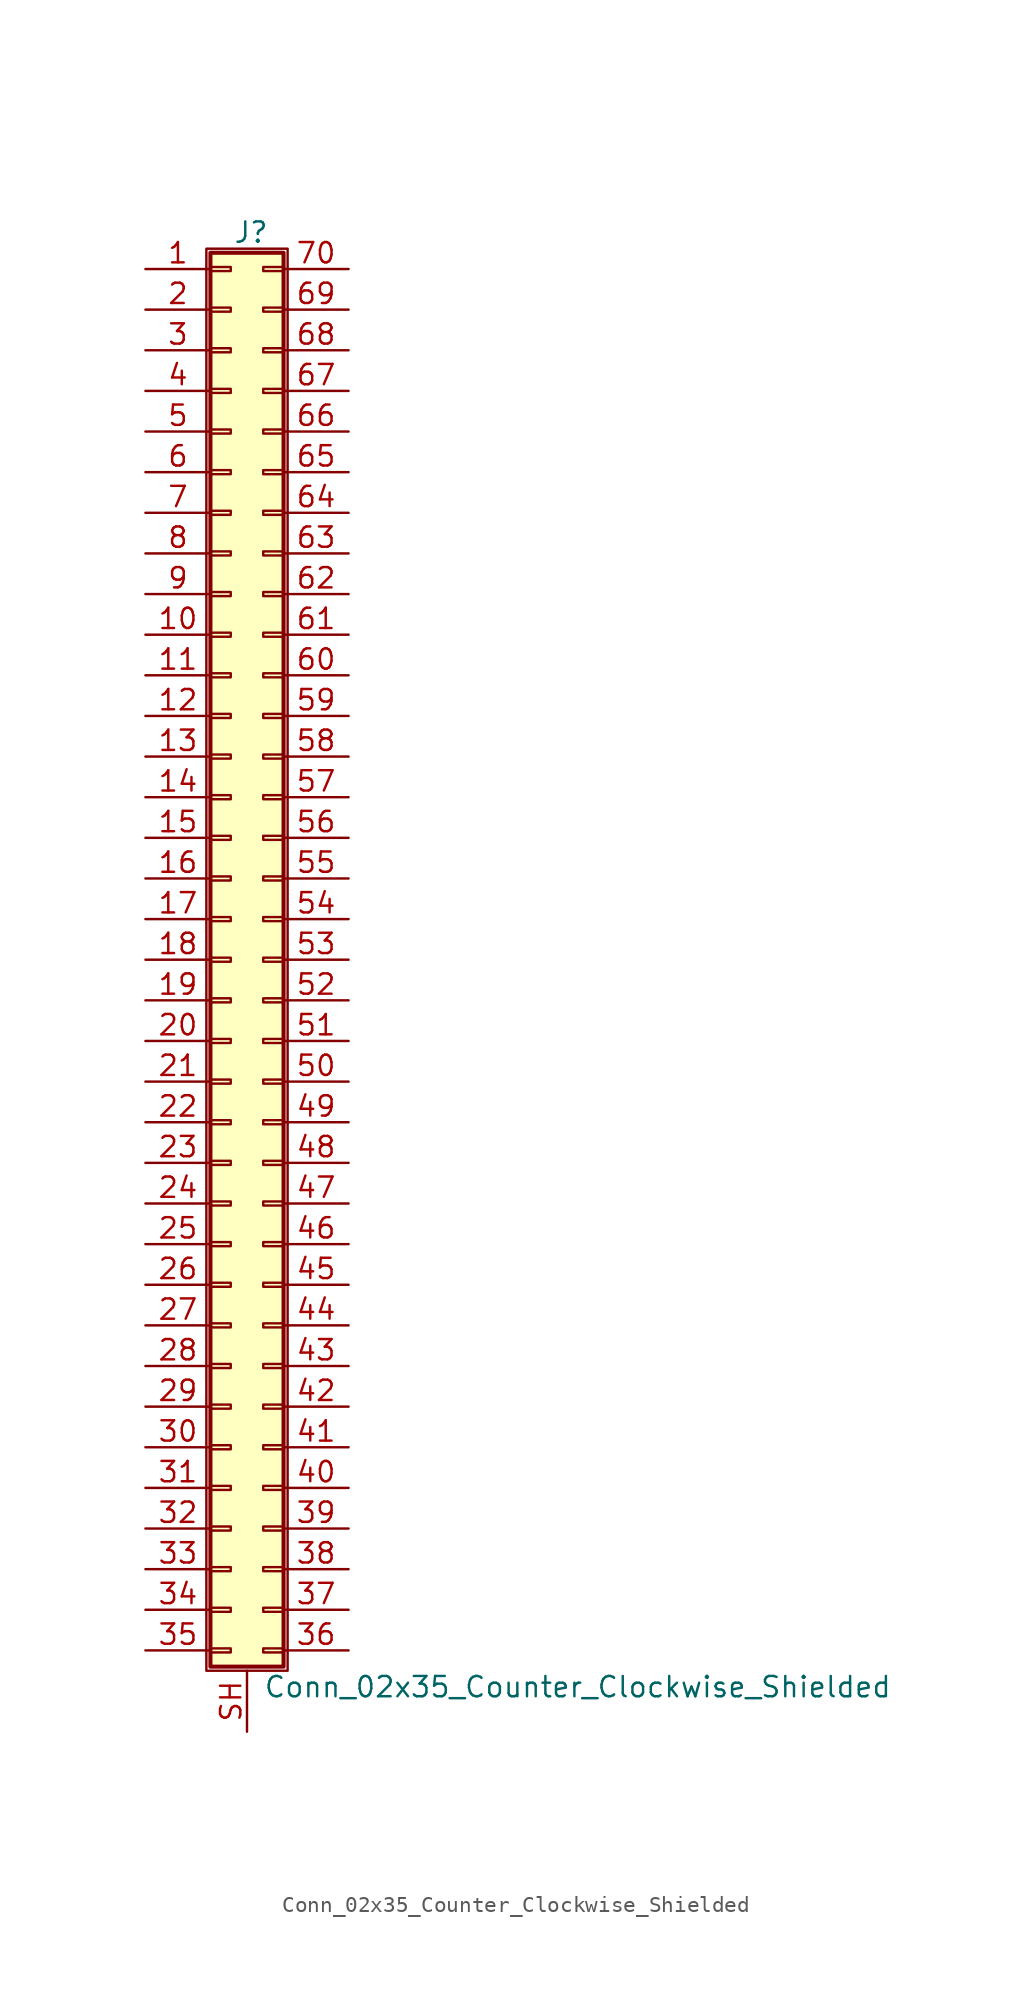
<source format=kicad_sym>
(kicad_symbol_lib
  (version 20220914)
  (generator kicad_symbol_editor)
  (symbol "Conn_02x35_Counter_Clockwise_Shielded"
    (pin_names
      (offset 1.016) hide)
    (property "Reference" "J"
      (at 1.524 45.466 0)
      (effects (font (size 1.27 1.27))))
    (property "Value" "Conn_02x35_Counter_Clockwise_Shielded"
      (at 2.286 -45.466 0)
      (effects (font (size 1.27 1.27)) (justify left)))
    (symbol "Conn_02x35_Counter_Clockwise_Shielded_1_1"
      (rectangle (start -1.27 44.45) (end 3.81 -44.45) (stroke (width 0.152) (type default)) (fill (type none)))
      (rectangle (start -1.016 -43.053) (end 0.254 -43.307) (stroke (width 0.152) (type default)) (fill (type none)))
      (rectangle (start -1.016 -40.513) (end 0.254 -40.767) (stroke (width 0.152) (type default)) (fill (type none)))
      (rectangle (start -1.016 -37.973) (end 0.254 -38.227) (stroke (width 0.152) (type default)) (fill (type none)))
      (rectangle (start -1.016 -35.433) (end 0.254 -35.687) (stroke (width 0.152) (type default)) (fill (type none)))
      (rectangle (start -1.016 -32.893) (end 0.254 -33.147) (stroke (width 0.152) (type default)) (fill (type none)))
      (rectangle (start -1.016 -30.353) (end 0.254 -30.607) (stroke (width 0.152) (type default)) (fill (type none)))
      (rectangle (start -1.016 -27.813) (end 0.254 -28.067) (stroke (width 0.152) (type default)) (fill (type none)))
      (rectangle (start -1.016 -25.273) (end 0.254 -25.527) (stroke (width 0.152) (type default)) (fill (type none)))
      (rectangle (start -1.016 -22.733) (end 0.254 -22.987) (stroke (width 0.152) (type default)) (fill (type none)))
      (rectangle (start -1.016 -20.193) (end 0.254 -20.447) (stroke (width 0.152) (type default)) (fill (type none)))
      (rectangle (start -1.016 -17.653) (end 0.254 -17.907) (stroke (width 0.152) (type default)) (fill (type none)))
      (rectangle (start -1.016 -15.113) (end 0.254 -15.367) (stroke (width 0.152) (type default)) (fill (type none)))
      (rectangle (start -1.016 -12.573) (end 0.254 -12.827) (stroke (width 0.152) (type default)) (fill (type none)))
      (rectangle (start -1.016 -10.033) (end 0.254 -10.287) (stroke (width 0.152) (type default)) (fill (type none)))
      (rectangle (start -1.016 -7.493) (end 0.254 -7.747) (stroke (width 0.152) (type default)) (fill (type none)))
      (rectangle (start -1.016 -4.953) (end 0.254 -5.207) (stroke (width 0.152) (type default)) (fill (type none)))
      (rectangle (start -1.016 -2.413) (end 0.254 -2.667) (stroke (width 0.152) (type default)) (fill (type none)))
      (rectangle (start -1.016 0.127) (end 0.254 -0.127) (stroke (width 0.152) (type default)) (fill (type none)))
      (rectangle (start -1.016 2.667) (end 0.254 2.413) (stroke (width 0.152) (type default)) (fill (type none)))
      (rectangle (start -1.016 5.207) (end 0.254 4.953) (stroke (width 0.152) (type default)) (fill (type none)))
      (rectangle (start -1.016 7.747) (end 0.254 7.493) (stroke (width 0.152) (type default)) (fill (type none)))
      (rectangle (start -1.016 10.287) (end 0.254 10.033) (stroke (width 0.152) (type default)) (fill (type none)))
      (rectangle (start -1.016 12.827) (end 0.254 12.573) (stroke (width 0.152) (type default)) (fill (type none)))
      (rectangle (start -1.016 15.367) (end 0.254 15.113) (stroke (width 0.152) (type default)) (fill (type none)))
      (rectangle (start -1.016 17.907) (end 0.254 17.653) (stroke (width 0.152) (type default)) (fill (type none)))
      (rectangle (start -1.016 20.447) (end 0.254 20.193) (stroke (width 0.152) (type default)) (fill (type none)))
      (rectangle (start -1.016 22.987) (end 0.254 22.733) (stroke (width 0.152) (type default)) (fill (type none)))
      (rectangle (start -1.016 25.527) (end 0.254 25.273) (stroke (width 0.152) (type default)) (fill (type none)))
      (rectangle (start -1.016 28.067) (end 0.254 27.813) (stroke (width 0.152) (type default)) (fill (type none)))
      (rectangle (start -1.016 30.607) (end 0.254 30.353) (stroke (width 0.152) (type default)) (fill (type none)))
      (rectangle (start -1.016 33.147) (end 0.254 32.893) (stroke (width 0.152) (type default)) (fill (type none)))
      (rectangle (start -1.016 35.687) (end 0.254 35.433) (stroke (width 0.152) (type default)) (fill (type none)))
      (rectangle (start -1.016 38.227) (end 0.254 37.973) (stroke (width 0.152) (type default)) (fill (type none)))
      (rectangle (start -1.016 40.767) (end 0.254 40.513) (stroke (width 0.152) (type default)) (fill (type none)))
      (rectangle (start -1.016 43.307) (end 0.254 43.053) (stroke (width 0.152) (type default)) (fill (type none)))
      (rectangle (start -1.016 44.196) (end 3.556 -44.196) (stroke (width 0.254) (type default)) (fill (type background)))
      (rectangle (start 3.556 -43.053) (end 2.286 -43.307) (stroke (width 0.152) (type default)) (fill (type none)))
      (rectangle (start 3.556 -40.513) (end 2.286 -40.767) (stroke (width 0.152) (type default)) (fill (type none)))
      (rectangle (start 3.556 -37.973) (end 2.286 -38.227) (stroke (width 0.152) (type default)) (fill (type none)))
      (rectangle (start 3.556 -35.433) (end 2.286 -35.687) (stroke (width 0.152) (type default)) (fill (type none)))
      (rectangle (start 3.556 -32.893) (end 2.286 -33.147) (stroke (width 0.152) (type default)) (fill (type none)))
      (rectangle (start 3.556 -30.353) (end 2.286 -30.607) (stroke (width 0.152) (type default)) (fill (type none)))
      (rectangle (start 3.556 -27.813) (end 2.286 -28.067) (stroke (width 0.152) (type default)) (fill (type none)))
      (rectangle (start 3.556 -25.273) (end 2.286 -25.527) (stroke (width 0.152) (type default)) (fill (type none)))
      (rectangle (start 3.556 -22.733) (end 2.286 -22.987) (stroke (width 0.152) (type default)) (fill (type none)))
      (rectangle (start 3.556 -20.193) (end 2.286 -20.447) (stroke (width 0.152) (type default)) (fill (type none)))
      (rectangle (start 3.556 -17.653) (end 2.286 -17.907) (stroke (width 0.152) (type default)) (fill (type none)))
      (rectangle (start 3.556 -15.113) (end 2.286 -15.367) (stroke (width 0.152) (type default)) (fill (type none)))
      (rectangle (start 3.556 -12.573) (end 2.286 -12.827) (stroke (width 0.152) (type default)) (fill (type none)))
      (rectangle (start 3.556 -10.033) (end 2.286 -10.287) (stroke (width 0.152) (type default)) (fill (type none)))
      (rectangle (start 3.556 -7.493) (end 2.286 -7.747) (stroke (width 0.152) (type default)) (fill (type none)))
      (rectangle (start 3.556 -4.953) (end 2.286 -5.207) (stroke (width 0.152) (type default)) (fill (type none)))
      (rectangle (start 3.556 -2.413) (end 2.286 -2.667) (stroke (width 0.152) (type default)) (fill (type none)))
      (rectangle (start 3.556 0.127) (end 2.286 -0.127) (stroke (width 0.152) (type default)) (fill (type none)))
      (rectangle (start 3.556 2.667) (end 2.286 2.413) (stroke (width 0.152) (type default)) (fill (type none)))
      (rectangle (start 3.556 5.207) (end 2.286 4.953) (stroke (width 0.152) (type default)) (fill (type none)))
      (rectangle (start 3.556 7.747) (end 2.286 7.493) (stroke (width 0.152) (type default)) (fill (type none)))
      (rectangle (start 3.556 10.287) (end 2.286 10.033) (stroke (width 0.152) (type default)) (fill (type none)))
      (rectangle (start 3.556 12.827) (end 2.286 12.573) (stroke (width 0.152) (type default)) (fill (type none)))
      (rectangle (start 3.556 15.367) (end 2.286 15.113) (stroke (width 0.152) (type default)) (fill (type none)))
      (rectangle (start 3.556 17.907) (end 2.286 17.653) (stroke (width 0.152) (type default)) (fill (type none)))
      (rectangle (start 3.556 20.447) (end 2.286 20.193) (stroke (width 0.152) (type default)) (fill (type none)))
      (rectangle (start 3.556 22.987) (end 2.286 22.733) (stroke (width 0.152) (type default)) (fill (type none)))
      (rectangle (start 3.556 25.527) (end 2.286 25.273) (stroke (width 0.152) (type default)) (fill (type none)))
      (rectangle (start 3.556 28.067) (end 2.286 27.813) (stroke (width 0.152) (type default)) (fill (type none)))
      (rectangle (start 3.556 30.607) (end 2.286 30.353) (stroke (width 0.152) (type default)) (fill (type none)))
      (rectangle (start 3.556 33.147) (end 2.286 32.893) (stroke (width 0.152) (type default)) (fill (type none)))
      (rectangle (start 3.556 35.687) (end 2.286 35.433) (stroke (width 0.152) (type default)) (fill (type none)))
      (rectangle (start 3.556 38.227) (end 2.286 37.973) (stroke (width 0.152) (type default)) (fill (type none)))
      (rectangle (start 3.556 40.767) (end 2.286 40.513) (stroke (width 0.152) (type default)) (fill (type none)))
      (rectangle (start 3.556 43.307) (end 2.286 43.053) (stroke (width 0.152) (type default)) (fill (type none)))
      (pin passive line (at -5.08 43.18 0) (length 4.064) (name "Pin_1" (effects (font (size 1.27 1.27)))) (number "1" (effects (font (size 1.27 1.27)))))
      (pin passive line (at -5.08 20.32 0) (length 4.064) (name "Pin_10" (effects (font (size 1.27 1.27)))) (number "10" (effects (font (size 1.27 1.27)))))
      (pin passive line (at -5.08 17.78 0) (length 4.064) (name "Pin_11" (effects (font (size 1.27 1.27)))) (number "11" (effects (font (size 1.27 1.27)))))
      (pin passive line (at -5.08 15.24 0) (length 4.064) (name "Pin_12" (effects (font (size 1.27 1.27)))) (number "12" (effects (font (size 1.27 1.27)))))
      (pin passive line (at -5.08 12.7 0) (length 4.064) (name "Pin_13" (effects (font (size 1.27 1.27)))) (number "13" (effects (font (size 1.27 1.27)))))
      (pin passive line (at -5.08 10.16 0) (length 4.064) (name "Pin_14" (effects (font (size 1.27 1.27)))) (number "14" (effects (font (size 1.27 1.27)))))
      (pin passive line (at -5.08 7.62 0) (length 4.064) (name "Pin_15" (effects (font (size 1.27 1.27)))) (number "15" (effects (font (size 1.27 1.27)))))
      (pin passive line (at -5.08 5.08 0) (length 4.064) (name "Pin_16" (effects (font (size 1.27 1.27)))) (number "16" (effects (font (size 1.27 1.27)))))
      (pin passive line (at -5.08 2.54 0) (length 4.064) (name "Pin_17" (effects (font (size 1.27 1.27)))) (number "17" (effects (font (size 1.27 1.27)))))
      (pin passive line (at -5.08 0 0) (length 4.064) (name "Pin_18" (effects (font (size 1.27 1.27)))) (number "18" (effects (font (size 1.27 1.27)))))
      (pin passive line (at -5.08 -2.54 0) (length 4.064) (name "Pin_19" (effects (font (size 1.27 1.27)))) (number "19" (effects (font (size 1.27 1.27)))))
      (pin passive line (at -5.08 40.64 0) (length 4.064) (name "Pin_2" (effects (font (size 1.27 1.27)))) (number "2" (effects (font (size 1.27 1.27)))))
      (pin passive line (at -5.08 -5.08 0) (length 4.064) (name "Pin_20" (effects (font (size 1.27 1.27)))) (number "20" (effects (font (size 1.27 1.27)))))
      (pin passive line (at -5.08 -7.62 0) (length 4.064) (name "Pin_21" (effects (font (size 1.27 1.27)))) (number "21" (effects (font (size 1.27 1.27)))))
      (pin passive line (at -5.08 -10.16 0) (length 4.064) (name "Pin_22" (effects (font (size 1.27 1.27)))) (number "22" (effects (font (size 1.27 1.27)))))
      (pin passive line (at -5.08 -12.7 0) (length 4.064) (name "Pin_23" (effects (font (size 1.27 1.27)))) (number "23" (effects (font (size 1.27 1.27)))))
      (pin passive line (at -5.08 -15.24 0) (length 4.064) (name "Pin_24" (effects (font (size 1.27 1.27)))) (number "24" (effects (font (size 1.27 1.27)))))
      (pin passive line (at -5.08 -17.78 0) (length 4.064) (name "Pin_25" (effects (font (size 1.27 1.27)))) (number "25" (effects (font (size 1.27 1.27)))))
      (pin passive line (at -5.08 -20.32 0) (length 4.064) (name "Pin_26" (effects (font (size 1.27 1.27)))) (number "26" (effects (font (size 1.27 1.27)))))
      (pin passive line (at -5.08 -22.86 0) (length 4.064) (name "Pin_27" (effects (font (size 1.27 1.27)))) (number "27" (effects (font (size 1.27 1.27)))))
      (pin passive line (at -5.08 -25.4 0) (length 4.064) (name "Pin_28" (effects (font (size 1.27 1.27)))) (number "28" (effects (font (size 1.27 1.27)))))
      (pin passive line (at -5.08 -27.94 0) (length 4.064) (name "Pin_29" (effects (font (size 1.27 1.27)))) (number "29" (effects (font (size 1.27 1.27)))))
      (pin passive line (at -5.08 38.1 0) (length 4.064) (name "Pin_3" (effects (font (size 1.27 1.27)))) (number "3" (effects (font (size 1.27 1.27)))))
      (pin passive line (at -5.08 -30.48 0) (length 4.064) (name "Pin_30" (effects (font (size 1.27 1.27)))) (number "30" (effects (font (size 1.27 1.27)))))
      (pin passive line (at -5.08 -33.02 0) (length 4.064) (name "Pin_31" (effects (font (size 1.27 1.27)))) (number "31" (effects (font (size 1.27 1.27)))))
      (pin passive line (at -5.08 -35.56 0) (length 4.064) (name "Pin_32" (effects (font (size 1.27 1.27)))) (number "32" (effects (font (size 1.27 1.27)))))
      (pin passive line (at -5.08 -38.1 0) (length 4.064) (name "Pin_33" (effects (font (size 1.27 1.27)))) (number "33" (effects (font (size 1.27 1.27)))))
      (pin passive line (at -5.08 -40.64 0) (length 4.064) (name "Pin_34" (effects (font (size 1.27 1.27)))) (number "34" (effects (font (size 1.27 1.27)))))
      (pin passive line (at -5.08 -43.18 0) (length 4.064) (name "Pin_35" (effects (font (size 1.27 1.27)))) (number "35" (effects (font (size 1.27 1.27)))))
      (pin passive line (at 7.62 -43.18 180) (length 4.064) (name "Pin_36" (effects (font (size 1.27 1.27)))) (number "36" (effects (font (size 1.27 1.27)))))
      (pin passive line (at 7.62 -40.64 180) (length 4.064) (name "Pin_37" (effects (font (size 1.27 1.27)))) (number "37" (effects (font (size 1.27 1.27)))))
      (pin passive line (at 7.62 -38.1 180) (length 4.064) (name "Pin_38" (effects (font (size 1.27 1.27)))) (number "38" (effects (font (size 1.27 1.27)))))
      (pin passive line (at 7.62 -35.56 180) (length 4.064) (name "Pin_39" (effects (font (size 1.27 1.27)))) (number "39" (effects (font (size 1.27 1.27)))))
      (pin passive line (at -5.08 35.56 0) (length 4.064) (name "Pin_4" (effects (font (size 1.27 1.27)))) (number "4" (effects (font (size 1.27 1.27)))))
      (pin passive line (at 7.62 -33.02 180) (length 4.064) (name "Pin_40" (effects (font (size 1.27 1.27)))) (number "40" (effects (font (size 1.27 1.27)))))
      (pin passive line (at 7.62 -30.48 180) (length 4.064) (name "Pin_41" (effects (font (size 1.27 1.27)))) (number "41" (effects (font (size 1.27 1.27)))))
      (pin passive line (at 7.62 -27.94 180) (length 4.064) (name "Pin_42" (effects (font (size 1.27 1.27)))) (number "42" (effects (font (size 1.27 1.27)))))
      (pin passive line (at 7.62 -25.4 180) (length 4.064) (name "Pin_43" (effects (font (size 1.27 1.27)))) (number "43" (effects (font (size 1.27 1.27)))))
      (pin passive line (at 7.62 -22.86 180) (length 4.064) (name "Pin_44" (effects (font (size 1.27 1.27)))) (number "44" (effects (font (size 1.27 1.27)))))
      (pin passive line (at 7.62 -20.32 180) (length 4.064) (name "Pin_45" (effects (font (size 1.27 1.27)))) (number "45" (effects (font (size 1.27 1.27)))))
      (pin passive line (at 7.62 -17.78 180) (length 4.064) (name "Pin_46" (effects (font (size 1.27 1.27)))) (number "46" (effects (font (size 1.27 1.27)))))
      (pin passive line (at 7.62 -15.24 180) (length 4.064) (name "Pin_47" (effects (font (size 1.27 1.27)))) (number "47" (effects (font (size 1.27 1.27)))))
      (pin passive line (at 7.62 -12.7 180) (length 4.064) (name "Pin_48" (effects (font (size 1.27 1.27)))) (number "48" (effects (font (size 1.27 1.27)))))
      (pin passive line (at 7.62 -10.16 180) (length 4.064) (name "Pin_49" (effects (font (size 1.27 1.27)))) (number "49" (effects (font (size 1.27 1.27)))))
      (pin passive line (at -5.08 33.02 0) (length 4.064) (name "Pin_5" (effects (font (size 1.27 1.27)))) (number "5" (effects (font (size 1.27 1.27)))))
      (pin passive line (at 7.62 -7.62 180) (length 4.064) (name "Pin_50" (effects (font (size 1.27 1.27)))) (number "50" (effects (font (size 1.27 1.27)))))
      (pin passive line (at 7.62 -5.08 180) (length 4.064) (name "Pin_51" (effects (font (size 1.27 1.27)))) (number "51" (effects (font (size 1.27 1.27)))))
      (pin passive line (at 7.62 -2.54 180) (length 4.064) (name "Pin_52" (effects (font (size 1.27 1.27)))) (number "52" (effects (font (size 1.27 1.27)))))
      (pin passive line (at 7.62 0 180) (length 4.064) (name "Pin_53" (effects (font (size 1.27 1.27)))) (number "53" (effects (font (size 1.27 1.27)))))
      (pin passive line (at 7.62 2.54 180) (length 4.064) (name "Pin_54" (effects (font (size 1.27 1.27)))) (number "54" (effects (font (size 1.27 1.27)))))
      (pin passive line (at 7.62 5.08 180) (length 4.064) (name "Pin_55" (effects (font (size 1.27 1.27)))) (number "55" (effects (font (size 1.27 1.27)))))
      (pin passive line (at 7.62 7.62 180) (length 4.064) (name "Pin_56" (effects (font (size 1.27 1.27)))) (number "56" (effects (font (size 1.27 1.27)))))
      (pin passive line (at 7.62 10.16 180) (length 4.064) (name "Pin_57" (effects (font (size 1.27 1.27)))) (number "57" (effects (font (size 1.27 1.27)))))
      (pin passive line (at 7.62 12.7 180) (length 4.064) (name "Pin_58" (effects (font (size 1.27 1.27)))) (number "58" (effects (font (size 1.27 1.27)))))
      (pin passive line (at 7.62 15.24 180) (length 4.064) (name "Pin_59" (effects (font (size 1.27 1.27)))) (number "59" (effects (font (size 1.27 1.27)))))
      (pin passive line (at -5.08 30.48 0) (length 4.064) (name "Pin_6" (effects (font (size 1.27 1.27)))) (number "6" (effects (font (size 1.27 1.27)))))
      (pin passive line (at 7.62 17.78 180) (length 4.064) (name "Pin_60" (effects (font (size 1.27 1.27)))) (number "60" (effects (font (size 1.27 1.27)))))
      (pin passive line (at 7.62 20.32 180) (length 4.064) (name "Pin_61" (effects (font (size 1.27 1.27)))) (number "61" (effects (font (size 1.27 1.27)))))
      (pin passive line (at 7.62 22.86 180) (length 4.064) (name "Pin_62" (effects (font (size 1.27 1.27)))) (number "62" (effects (font (size 1.27 1.27)))))
      (pin passive line (at 7.62 25.4 180) (length 4.064) (name "Pin_63" (effects (font (size 1.27 1.27)))) (number "63" (effects (font (size 1.27 1.27)))))
      (pin passive line (at 7.62 27.94 180) (length 4.064) (name "Pin_64" (effects (font (size 1.27 1.27)))) (number "64" (effects (font (size 1.27 1.27)))))
      (pin passive line (at 7.62 30.48 180) (length 4.064) (name "Pin_65" (effects (font (size 1.27 1.27)))) (number "65" (effects (font (size 1.27 1.27)))))
      (pin passive line (at 7.62 33.02 180) (length 4.064) (name "Pin_66" (effects (font (size 1.27 1.27)))) (number "66" (effects (font (size 1.27 1.27)))))
      (pin passive line (at 7.62 35.56 180) (length 4.064) (name "Pin_67" (effects (font (size 1.27 1.27)))) (number "67" (effects (font (size 1.27 1.27)))))
      (pin passive line (at 7.62 38.1 180) (length 4.064) (name "Pin_68" (effects (font (size 1.27 1.27)))) (number "68" (effects (font (size 1.27 1.27)))))
      (pin passive line (at 7.62 40.64 180) (length 4.064) (name "Pin_69" (effects (font (size 1.27 1.27)))) (number "69" (effects (font (size 1.27 1.27)))))
      (pin passive line (at -5.08 27.94 0) (length 4.064) (name "Pin_7" (effects (font (size 1.27 1.27)))) (number "7" (effects (font (size 1.27 1.27)))))
      (pin passive line (at 7.62 43.18 180) (length 4.064) (name "Pin_70" (effects (font (size 1.27 1.27)))) (number "70" (effects (font (size 1.27 1.27)))))
      (pin passive line (at -5.08 25.4 0) (length 4.064) (name "Pin_8" (effects (font (size 1.27 1.27)))) (number "8" (effects (font (size 1.27 1.27)))))
      (pin passive line (at -5.08 22.86 0) (length 4.064) (name "Pin_9" (effects (font (size 1.27 1.27)))) (number "9" (effects (font (size 1.27 1.27)))))
      (pin passive line (at 1.27 -48.26 90) (length 3.81) (name "Shield" (effects (font (size 1.27 1.27)))) (number "SH" (effects (font (size 1.27 1.27))))))))
</source>
